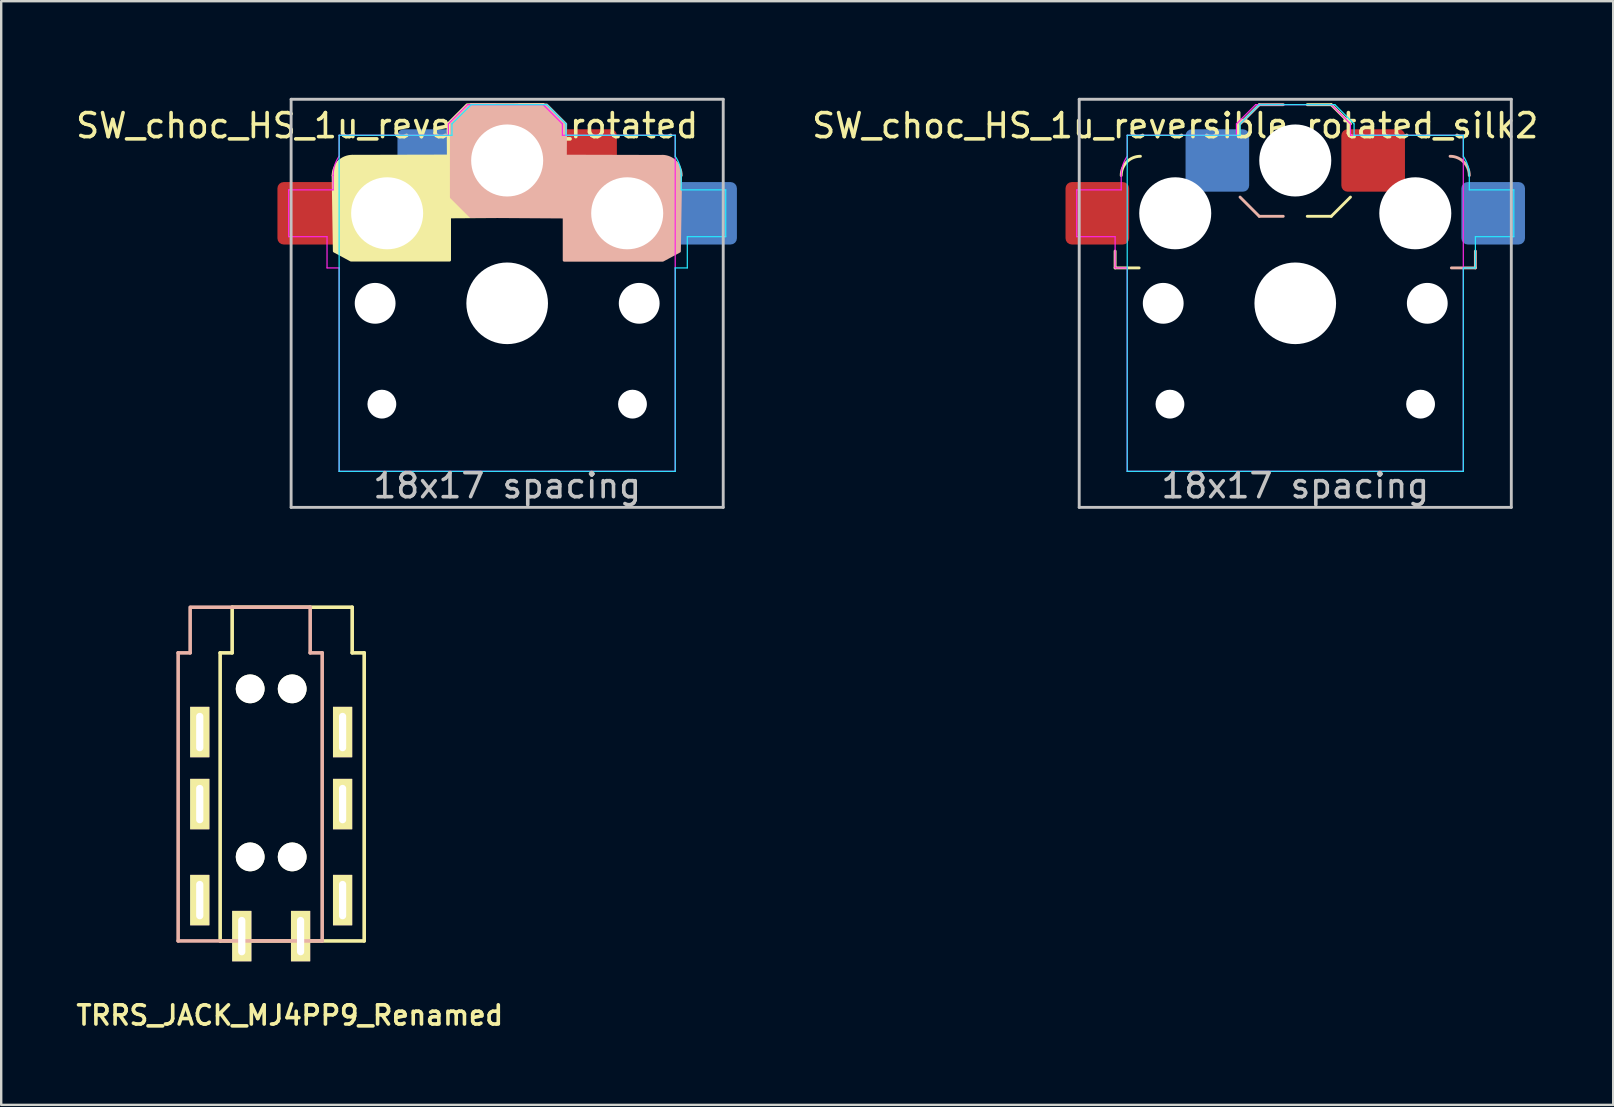
<source format=kicad_pcb>
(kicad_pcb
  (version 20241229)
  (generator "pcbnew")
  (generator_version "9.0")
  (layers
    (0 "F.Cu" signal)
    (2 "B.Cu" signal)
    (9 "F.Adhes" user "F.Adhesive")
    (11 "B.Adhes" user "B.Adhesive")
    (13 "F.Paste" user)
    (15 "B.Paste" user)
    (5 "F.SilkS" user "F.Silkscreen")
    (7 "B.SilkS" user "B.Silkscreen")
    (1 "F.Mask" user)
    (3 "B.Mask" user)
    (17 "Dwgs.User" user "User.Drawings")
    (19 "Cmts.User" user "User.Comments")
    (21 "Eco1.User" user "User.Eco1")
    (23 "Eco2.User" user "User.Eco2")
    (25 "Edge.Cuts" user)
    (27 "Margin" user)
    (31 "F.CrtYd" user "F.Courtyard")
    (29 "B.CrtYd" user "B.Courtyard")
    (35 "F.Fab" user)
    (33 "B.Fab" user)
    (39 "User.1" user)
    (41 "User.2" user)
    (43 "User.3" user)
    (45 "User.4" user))
  (footprint "TRRS_JACK_MJ4PP9_Renamed"
    (layer "F.Cu")
    (at 9.121 24.145)
    (property "Reference" "TRRS_JACK_MJ4PP9_Renamed" (at -0.1 15.1 0) (layer "F.SilkS") (effects (font (size 0.8 0.8) (thickness 0.15))))
    (attr through_hole)
    (fp_line (start -3 0) (end -2.5 0) (stroke (width 0.15) (type solid)) (layer "F.SilkS"))
    (fp_line (start -3 12) (end -3 0) (stroke (width 0.15) (type solid)) (layer "F.SilkS"))
    (fp_line (start -2.5 -1.9) (end 2.5 -1.9) (stroke (width 0.15) (type solid)) (layer "F.SilkS"))
    (fp_line (start -2.5 0) (end -2.5 -1.9) (stroke (width 0.15) (type solid)) (layer "F.SilkS"))
    (fp_line (start 2.5 0) (end 2.5 -1.9) (stroke (width 0.15) (type solid)) (layer "F.SilkS"))
    (fp_line (start 3 0) (end 2.5 0) (stroke (width 0.15) (type solid)) (layer "F.SilkS"))
    (fp_line (start 3 0) (end 3 12) (stroke (width 0.15) (type solid)) (layer "F.SilkS"))
    (fp_line (start 3 12) (end -3 12) (stroke (width 0.15) (type solid)) (layer "F.SilkS"))
    (fp_line (start -4.75 0) (end -4.25 0) (stroke (width 0.15) (type solid)) (layer "B.SilkS"))
    (fp_line (start -4.75 12) (end -4.75 0) (stroke (width 0.15) (type solid)) (layer "B.SilkS"))
    (fp_line (start -4.25 0) (end -4.25 -1.9) (stroke (width 0.15) (type solid)) (layer "B.SilkS"))
    (fp_line (start -4.2 -1.9) (end 0.75 -1.9) (stroke (width 0.15) (type solid)) (layer "B.SilkS"))
    (fp_line (start 0.75 0) (end 0.75 -1.9) (stroke (width 0.15) (type solid)) (layer "B.SilkS"))
    (fp_line (start 1.25 0) (end 0.75 0) (stroke (width 0.15) (type solid)) (layer "B.SilkS"))
    (fp_line (start 1.25 0) (end 1.25 12) (stroke (width 0.15) (type solid)) (layer "B.SilkS"))
    (fp_line (start 1.25 12) (end -4.75 12) (stroke (width 0.15) (type solid)) (layer "B.SilkS"))
    (pad "" np_thru_hole circle (at -1.75 1.5) (size 1.2 1.2) (drill 1.2) (layers "*.Cu" "*.Mask" "F.SilkS"))
    (pad "" np_thru_hole circle (at -1.75 8.5) (size 1.2 1.2) (drill 1.2) (layers "*.Cu" "*.Mask" "F.SilkS"))
    (pad "" np_thru_hole circle (at 0 1.5) (size 1.2 1.2) (drill 1.2) (layers "*.Cu" "*.Mask" "F.SilkS"))
    (pad "" np_thru_hole circle (at 0 8.5) (size 1.2 1.2) (drill 1.2) (layers "*.Cu" "*.Mask" "F.SilkS"))
    (pad "R1" thru_hole rect (at -3.85 6.3) (size 0.8 2.1) (drill oval 0.3 1.6) (layers "*.Cu" "*.Mask" "F.SilkS"))
    (pad "R1" thru_hole rect (at 2.1 6.3) (size 0.8 2.1) (drill oval 0.3 1.6) (layers "*.Cu" "*.Mask" "F.SilkS"))
    (pad "R2" thru_hole rect (at -3.85 3.3) (size 0.8 2.1) (drill oval 0.3 1.6) (layers "*.Cu" "*.Mask" "F.SilkS"))
    (pad "R2" thru_hole rect (at 2.1 3.3) (size 0.8 2.1) (drill oval 0.3 1.6) (layers "*.Cu" "*.Mask" "F.SilkS"))
    (pad "S" thru_hole rect (at -2.1 11.8) (size 0.8 2.1) (drill oval 0.3 1.6) (layers "*.Cu" "*.Mask" "F.SilkS"))
    (pad "S" thru_hole rect (at 0.35 11.8) (size 0.8 2.1) (drill oval 0.3 1.6) (layers "*.Cu" "*.Mask" "F.SilkS"))
    (pad "T" thru_hole rect (at -3.85 10.3) (size 0.8 2.1) (drill oval 0.3 1.6) (layers "*.Cu" "*.Mask" "F.SilkS"))
    (pad "T" thru_hole rect (at 2.1 10.3) (size 0.8 2.1) (drill oval 0.3 1.6) (layers "*.Cu" "*.Mask" "F.SilkS")))
  (footprint "SW_choc_HS_1u_reversible_rotated"
    (layer "F.Cu")
    (at 18.077 9.585)
    (property "Reference" "SW_choc_HS_1u_reversible_rotated" (at -5 -7.4 0) (layer "F.SilkS") (effects (font (size 1 1) (thickness 0.15))))
    (attr smd)
    (fp_line (start 1.5 -8.275) (end 0.5 -8.275) (stroke (width 0.12) (type solid)) (layer "F.SilkS"))
    (fp_line (start 1.5 -3.625) (end 0.5 -3.625) (stroke (width 0.12) (type solid)) (layer "F.SilkS"))
    (fp_line (start 1.5 -3.625) (end 2.3 -4.425) (stroke (width 0.12) (type solid)) (layer "F.SilkS"))
    (fp_line (start 2.3 -7.475) (end 1.5 -8.275) (stroke (width 0.12) (type solid)) (layer "F.SilkS"))
    (fp_arc (start -7.25 -5.325) (mid -7.015685 -5.890685) (end -6.45 -6.125) (stroke (width 0.12) (type solid)) (layer "F.SilkS"))
    (fp_poly (pts (xy 2.3 -7.475) (xy 2.3 -4.425) (xy 1.5 -3.625) (xy -2.4 -3.6) (xy -2.4 -1.8) (xy -6.504 -1.8) (xy -7.2 -2.175) (xy -7.25 -5.325) (xy -7.016 -5.891) (xy -6.45 -6.125) (xy -2.45 -6.135) (xy -2.456 -7) (xy -2.464 -7.475) (xy -1.669 -8.27) (xy 0.5 -8.275) (xy 1.5 -8.275)) (stroke (width 0.12) (type solid)) (fill yes) (layer "F.SilkS"))
    (fp_line (start -2.3 -7.475) (end -1.5 -8.275) (stroke (width 0.12) (type solid)) (layer "B.SilkS"))
    (fp_line (start -1.5 -8.275) (end -0.5 -8.275) (stroke (width 0.12) (type solid)) (layer "B.SilkS"))
    (fp_line (start -1.5 -3.625) (end -2.3 -4.425) (stroke (width 0.12) (type solid)) (layer "B.SilkS"))
    (fp_line (start -1.5 -3.625) (end -0.5 -3.625) (stroke (width 0.12) (type solid)) (layer "B.SilkS"))
    (fp_arc (start 6.45 -6.125) (mid 7.015685 -5.890685) (end 7.25 -5.325) (stroke (width 0.12) (type solid)) (layer "B.SilkS"))
    (fp_poly (pts (xy -2.325 -7.47) (xy -2.325 -4.42) (xy -1.525 -3.62) (xy 2.375 -3.595) (xy 2.375 -1.795) (xy 6.479 -1.795) (xy 7.175 -2.17) (xy 7.225 -5.32) (xy 6.99 -5.886) (xy 6.425 -6.12) (xy 2.424 -6.13) (xy 2.43 -6.995) (xy 2.439 -7.47) (xy 1.644 -8.265) (xy -0.525 -8.27) (xy -1.525 -8.27)) (stroke (width 0.12) (type solid)) (fill yes) (layer "B.SilkS"))
    (fp_line (start -9 -8.5) (end -9 8.5) (stroke (width 0.12) (type solid)) (layer "Dwgs.User"))
    (fp_line (start -9 8.5) (end 9 8.5) (stroke (width 0.12) (type solid)) (layer "Dwgs.User"))
    (fp_line (start 9 -8.5) (end -9 -8.5) (stroke (width 0.12) (type solid)) (layer "Dwgs.User"))
    (fp_line (start 9 8.5) (end 9 -8.5) (stroke (width 0.12) (type solid)) (layer "Dwgs.User"))
    (fp_line (start -9.525 -9.525) (end 9.525 -9.525) (stroke (width 0.12) (type solid)) (layer "Eco1.User"))
    (fp_line (start -9.525 9.525) (end -9.525 -9.525) (stroke (width 0.12) (type solid)) (layer "Eco1.User"))
    (fp_line (start 9.525 -9.525) (end 9.525 9.525) (stroke (width 0.12) (type solid)) (layer "Eco1.User"))
    (fp_line (start 9.525 9.525) (end -9.525 9.525) (stroke (width 0.12) (type solid)) (layer "Eco1.User"))
    (fp_line (start -6.95 -6.45) (end -6.95 6.45) (stroke (width 0.05) (type solid)) (layer "Eco2.User"))
    (fp_line (start -6.45 6.95) (end 6.45 6.95) (stroke (width 0.05) (type solid)) (layer "Eco2.User"))
    (fp_line (start 6.45 -6.95) (end -6.45 -6.95) (stroke (width 0.05) (type solid)) (layer "Eco2.User"))
    (fp_line (start 6.95 6.45) (end 6.95 -6.45) (stroke (width 0.05) (type solid)) (layer "Eco2.User"))
    (fp_arc (start -6.95 -6.45) (mid -6.803553 -6.803553) (end -6.45 -6.95) (stroke (width 0.05) (type solid)) (layer "Eco2.User"))
    (fp_arc (start -6.45 6.95) (mid -6.803553 6.803553) (end -6.95 6.45) (stroke (width 0.05) (type solid)) (layer "Eco2.User"))
    (fp_arc (start 6.45 -6.95) (mid 6.803553 -6.803553) (end 6.95 -6.45) (stroke (width 0.05) (type solid)) (layer "Eco2.User"))
    (fp_arc (start 6.95 6.45) (mid 6.803553 6.803553) (end 6.45 6.95) (stroke (width 0.05) (type solid)) (layer "Eco2.User"))
    (fp_line (start -7 -7) (end -7 7) (stroke (width 0.05) (type solid)) (layer "B.CrtYd"))
    (fp_line (start -7 7) (end 7 7) (stroke (width 0.05) (type solid)) (layer "B.CrtYd"))
    (fp_line (start -2.3 -7.475) (end -2.3 -7) (stroke (width 0.05) (type solid)) (layer "B.CrtYd"))
    (fp_line (start -2.3 -7.475) (end -1.5 -8.275) (stroke (width 0.05) (type solid)) (layer "B.CrtYd"))
    (fp_line (start -2.3 -7) (end -7 -7) (stroke (width 0.05) (type solid)) (layer "B.CrtYd"))
    (fp_line (start -1.5 -8.275) (end 1.65 -8.275) (stroke (width 0.05) (type solid)) (layer "B.CrtYd"))
    (fp_line (start 2.45 -7.475) (end 1.65 -8.275) (stroke (width 0.05) (type solid)) (layer "B.CrtYd"))
    (fp_line (start 2.45 -7.475) (end 2.45 -7) (stroke (width 0.05) (type solid)) (layer "B.CrtYd"))
    (fp_line (start 7 -7) (end 2.45 -7) (stroke (width 0.05) (type solid)) (layer "B.CrtYd"))
    (fp_line (start 7 -6.125) (end 7 -7) (stroke (width 0.05) (type solid)) (layer "B.CrtYd"))
    (fp_line (start 7 7) (end 7 -1.475) (stroke (width 0.05) (type solid)) (layer "B.CrtYd"))
    (fp_line (start 7.25 -5.325) (end 7.25 -4.725) (stroke (width 0.05) (type solid)) (layer "B.CrtYd"))
    (fp_line (start 7.25 -4.725) (end 9.104 -4.725) (stroke (width 0.05) (type solid)) (layer "B.CrtYd"))
    (fp_line (start 7.504 -1.475) (end 7 -1.475) (stroke (width 0.05) (type solid)) (layer "B.CrtYd"))
    (fp_line (start 7.504 -1.475) (end 7.504 -2.775) (stroke (width 0.05) (type solid)) (layer "B.CrtYd"))
    (fp_line (start 9.104 -4.725) (end 9.104 -2.775) (stroke (width 0.05) (type solid)) (layer "B.CrtYd"))
    (fp_line (start 9.104 -2.775) (end 7.504 -2.775) (stroke (width 0.05) (type solid)) (layer "B.CrtYd"))
    (fp_arc (start 7 -6.125) (mid 7.186044 -5.744076) (end 7.25 -5.325) (stroke (width 0.05) (type solid)) (layer "B.CrtYd"))
    (fp_line (start -9.104 -4.725) (end -9.104 -2.775) (stroke (width 0.05) (type solid)) (layer "F.CrtYd"))
    (fp_line (start -9.104 -2.775) (end -7.504 -2.775) (stroke (width 0.05) (type solid)) (layer "F.CrtYd"))
    (fp_line (start -7.504 -1.475) (end -7.504 -2.775) (stroke (width 0.05) (type solid)) (layer "F.CrtYd"))
    (fp_line (start -7.504 -1.475) (end -7 -1.475) (stroke (width 0.05) (type solid)) (layer "F.CrtYd"))
    (fp_line (start -7.25 -5.325) (end -7.25 -4.725) (stroke (width 0.05) (type solid)) (layer "F.CrtYd"))
    (fp_line (start -7.25 -4.725) (end -9.104 -4.725) (stroke (width 0.05) (type solid)) (layer "F.CrtYd"))
    (fp_line (start -7 -7) (end -2.45 -7) (stroke (width 0.05) (type solid)) (layer "F.CrtYd"))
    (fp_line (start -7 -6.125) (end -7 -7) (stroke (width 0.05) (type solid)) (layer "F.CrtYd"))
    (fp_line (start -7 7) (end -7 -1.475) (stroke (width 0.05) (type solid)) (layer "F.CrtYd"))
    (fp_line (start -2.45 -7.475) (end -2.45 -7) (stroke (width 0.05) (type solid)) (layer "F.CrtYd"))
    (fp_line (start -2.45 -7.475) (end -1.65 -8.275) (stroke (width 0.05) (type solid)) (layer "F.CrtYd"))
    (fp_line (start 1.5 -8.275) (end -1.65 -8.275) (stroke (width 0.05) (type solid)) (layer "F.CrtYd"))
    (fp_line (start 2.3 -7.475) (end 1.5 -8.275) (stroke (width 0.05) (type solid)) (layer "F.CrtYd"))
    (fp_line (start 2.3 -7.475) (end 2.3 -7) (stroke (width 0.05) (type solid)) (layer "F.CrtYd"))
    (fp_line (start 2.3 -7) (end 7 -7) (stroke (width 0.05) (type solid)) (layer "F.CrtYd"))
    (fp_line (start 7 -7) (end 7 7) (stroke (width 0.05) (type solid)) (layer "F.CrtYd"))
    (fp_line (start 7 7) (end -7 7) (stroke (width 0.05) (type solid)) (layer "F.CrtYd"))
    (fp_arc (start -7.25 -5.325) (mid -7.186044 -5.744076) (end -7 -6.125) (stroke (width 0.05) (type solid)) (layer "F.CrtYd"))
    (fp_text user "18x17 spacing" (at 0 7.6 0) (layer "Dwgs.User") (effects (font (size 1 1) (thickness 0.15))))
    (fp_text user "19.05 spacing" (at 0 8.7 0) (layer "Eco1.User") (effects (font (size 1 1) (thickness 0.15))))
    (pad "" np_thru_hole circle (at -5.5 0) (size 1.7 1.7) (drill 1.7) (layers "*.Cu" "*.Mask"))
    (pad "" np_thru_hole circle (at -5.22 4.2) (size 1.2 1.2) (drill 1.2) (layers "*.Cu" "*.Mask"))
    (pad "" np_thru_hole circle (at -5 -3.75 180) (size 3 3) (drill 3) (layers "*.Cu" "*.Mask"))
    (pad "" np_thru_hole circle (at 0 -5.95 180) (size 3 3) (drill 3) (layers "*.Cu" "*.Mask"))
    (pad "" np_thru_hole circle (at 0 0) (size 3.4 3.4) (drill 3.4) (layers "*.Cu" "*.Mask"))
    (pad "" np_thru_hole circle (at 5 -3.75 180) (size 3 3) (drill 3) (layers "*.Cu" "*.Mask"))
    (pad "" np_thru_hole circle (at 5.22 4.2) (size 1.2 1.2) (drill 1.2) (layers "*.Cu" "*.Mask"))
    (pad "" np_thru_hole circle (at 5.5 0) (size 1.7 1.7) (drill 1.7) (layers "*.Cu" "*.Mask"))
    (pad "1" smd roundrect (at -8.245 -3.75 180) (size 2.65 2.6) (layers "F.Cu" "F.Mask" "F.Paste") (roundrect_rratio 0.1))
    (pad "1" smd roundrect (at 8.245 -3.75 180) (size 2.65 2.6) (layers "B.Cu" "B.Mask" "B.Paste") (roundrect_rratio 0.1))
    (pad "2" smd roundrect (at -3.245 -5.95 180) (size 2.65 2.6) (layers "B.Cu" "B.Mask" "B.Paste") (roundrect_rratio 0.1))
    (pad "2" smd roundrect (at 3.245 -5.95 180) (size 2.65 2.6) (layers "F.Cu" "F.Mask" "F.Paste") (roundrect_rratio 0.1)))
  (footprint "SW_choc_HS_1u_reversible_rotated_silk2"
    (layer "F.Cu")
    (at 50.906 9.585)
    (property "Reference" "SW_choc_HS_1u_reversible_rotated_silk2" (at -5 -7.4 0) (layer "F.SilkS") (effects (font (size 1 1) (thickness 0.15))))
    (attr smd)
    (fp_line (start -7.504 -1.475) (end -7.504 -2.175) (stroke (width 0.12) (type solid)) (layer "F.SilkS"))
    (fp_line (start -7.504 -1.475) (end -6.504 -1.475) (stroke (width 0.12) (type solid)) (layer "F.SilkS"))
    (fp_line (start 1.5 -8.275) (end 0.5 -8.275) (stroke (width 0.12) (type solid)) (layer "F.SilkS"))
    (fp_line (start 1.5 -3.625) (end 0.5 -3.625) (stroke (width 0.12) (type solid)) (layer "F.SilkS"))
    (fp_line (start 1.5 -3.625) (end 2.3 -4.425) (stroke (width 0.12) (type solid)) (layer "F.SilkS"))
    (fp_line (start 2.3 -7.475) (end 1.5 -8.275) (stroke (width 0.12) (type solid)) (layer "F.SilkS"))
    (fp_arc (start -7.25 -5.325) (mid -7.015685 -5.890685) (end -6.45 -6.125) (stroke (width 0.12) (type solid)) (layer "F.SilkS"))
    (fp_line (start -2.3 -7.475) (end -1.5 -8.275) (stroke (width 0.12) (type solid)) (layer "B.SilkS"))
    (fp_line (start -1.5 -8.275) (end -0.5 -8.275) (stroke (width 0.12) (type solid)) (layer "B.SilkS"))
    (fp_line (start -1.5 -3.625) (end -2.3 -4.425) (stroke (width 0.12) (type solid)) (layer "B.SilkS"))
    (fp_line (start -1.5 -3.625) (end -0.5 -3.625) (stroke (width 0.12) (type solid)) (layer "B.SilkS"))
    (fp_line (start 7.504 -1.475) (end 6.504 -1.475) (stroke (width 0.12) (type solid)) (layer "B.SilkS"))
    (fp_line (start 7.504 -1.475) (end 7.504 -2.175) (stroke (width 0.12) (type solid)) (layer "B.SilkS"))
    (fp_arc (start 6.45 -6.125) (mid 7.015685 -5.890685) (end 7.25 -5.325) (stroke (width 0.12) (type solid)) (layer "B.SilkS"))
    (fp_line (start -9 -8.5) (end -9 8.5) (stroke (width 0.12) (type solid)) (layer "Dwgs.User"))
    (fp_line (start -9 8.5) (end 9 8.5) (stroke (width 0.12) (type solid)) (layer "Dwgs.User"))
    (fp_line (start 9 -8.5) (end -9 -8.5) (stroke (width 0.12) (type solid)) (layer "Dwgs.User"))
    (fp_line (start 9 8.5) (end 9 -8.5) (stroke (width 0.12) (type solid)) (layer "Dwgs.User"))
    (fp_line (start -9.525 -9.525) (end 9.525 -9.525) (stroke (width 0.12) (type solid)) (layer "Eco1.User"))
    (fp_line (start -9.525 9.525) (end -9.525 -9.525) (stroke (width 0.12) (type solid)) (layer "Eco1.User"))
    (fp_line (start 9.525 -9.525) (end 9.525 9.525) (stroke (width 0.12) (type solid)) (layer "Eco1.User"))
    (fp_line (start 9.525 9.525) (end -9.525 9.525) (stroke (width 0.12) (type solid)) (layer "Eco1.User"))
    (fp_line (start -6.95 -6.45) (end -6.95 6.45) (stroke (width 0.05) (type solid)) (layer "Eco2.User"))
    (fp_line (start -6.45 6.95) (end 6.45 6.95) (stroke (width 0.05) (type solid)) (layer "Eco2.User"))
    (fp_line (start 6.45 -6.95) (end -6.45 -6.95) (stroke (width 0.05) (type solid)) (layer "Eco2.User"))
    (fp_line (start 6.95 6.45) (end 6.95 -6.45) (stroke (width 0.05) (type solid)) (layer "Eco2.User"))
    (fp_arc (start -6.95 -6.45) (mid -6.803553 -6.803553) (end -6.45 -6.95) (stroke (width 0.05) (type solid)) (layer "Eco2.User"))
    (fp_arc (start -6.45 6.95) (mid -6.803553 6.803553) (end -6.95 6.45) (stroke (width 0.05) (type solid)) (layer "Eco2.User"))
    (fp_arc (start 6.45 -6.95) (mid 6.803553 -6.803553) (end 6.95 -6.45) (stroke (width 0.05) (type solid)) (layer "Eco2.User"))
    (fp_arc (start 6.95 6.45) (mid 6.803553 6.803553) (end 6.45 6.95) (stroke (width 0.05) (type solid)) (layer "Eco2.User"))
    (fp_line (start -7 -7) (end -7 7) (stroke (width 0.05) (type solid)) (layer "B.CrtYd"))
    (fp_line (start -7 7) (end 7 7) (stroke (width 0.05) (type solid)) (layer "B.CrtYd"))
    (fp_line (start -2.3 -7.475) (end -2.3 -7) (stroke (width 0.05) (type solid)) (layer "B.CrtYd"))
    (fp_line (start -2.3 -7.475) (end -1.5 -8.275) (stroke (width 0.05) (type solid)) (layer "B.CrtYd"))
    (fp_line (start -2.3 -7) (end -7 -7) (stroke (width 0.05) (type solid)) (layer "B.CrtYd"))
    (fp_line (start -1.5 -8.275) (end 1.65 -8.275) (stroke (width 0.05) (type solid)) (layer "B.CrtYd"))
    (fp_line (start 2.45 -7.475) (end 1.65 -8.275) (stroke (width 0.05) (type solid)) (layer "B.CrtYd"))
    (fp_line (start 2.45 -7.475) (end 2.45 -7) (stroke (width 0.05) (type solid)) (layer "B.CrtYd"))
    (fp_line (start 7 -7) (end 2.45 -7) (stroke (width 0.05) (type solid)) (layer "B.CrtYd"))
    (fp_line (start 7 -6.125) (end 7 -7) (stroke (width 0.05) (type solid)) (layer "B.CrtYd"))
    (fp_line (start 7 7) (end 7 -1.475) (stroke (width 0.05) (type solid)) (layer "B.CrtYd"))
    (fp_line (start 7.25 -5.325) (end 7.25 -4.725) (stroke (width 0.05) (type solid)) (layer "B.CrtYd"))
    (fp_line (start 7.25 -4.725) (end 9.104 -4.725) (stroke (width 0.05) (type solid)) (layer "B.CrtYd"))
    (fp_line (start 7.504 -1.475) (end 7 -1.475) (stroke (width 0.05) (type solid)) (layer "B.CrtYd"))
    (fp_line (start 7.504 -1.475) (end 7.504 -2.775) (stroke (width 0.05) (type solid)) (layer "B.CrtYd"))
    (fp_line (start 9.104 -4.725) (end 9.104 -2.775) (stroke (width 0.05) (type solid)) (layer "B.CrtYd"))
    (fp_line (start 9.104 -2.775) (end 7.504 -2.775) (stroke (width 0.05) (type solid)) (layer "B.CrtYd"))
    (fp_arc (start 7 -6.125) (mid 7.186044 -5.744076) (end 7.25 -5.325) (stroke (width 0.05) (type solid)) (layer "B.CrtYd"))
    (fp_line (start -9.104 -4.725) (end -9.104 -2.775) (stroke (width 0.05) (type solid)) (layer "F.CrtYd"))
    (fp_line (start -9.104 -2.775) (end -7.504 -2.775) (stroke (width 0.05) (type solid)) (layer "F.CrtYd"))
    (fp_line (start -7.504 -1.475) (end -7.504 -2.775) (stroke (width 0.05) (type solid)) (layer "F.CrtYd"))
    (fp_line (start -7.504 -1.475) (end -7 -1.475) (stroke (width 0.05) (type solid)) (layer "F.CrtYd"))
    (fp_line (start -7.25 -5.325) (end -7.25 -4.725) (stroke (width 0.05) (type solid)) (layer "F.CrtYd"))
    (fp_line (start -7.25 -4.725) (end -9.104 -4.725) (stroke (width 0.05) (type solid)) (layer "F.CrtYd"))
    (fp_line (start -7 -7) (end -2.45 -7) (stroke (width 0.05) (type solid)) (layer "F.CrtYd"))
    (fp_line (start -7 -6.125) (end -7 -7) (stroke (width 0.05) (type solid)) (layer "F.CrtYd"))
    (fp_line (start -7 7) (end -7 -1.475) (stroke (width 0.05) (type solid)) (layer "F.CrtYd"))
    (fp_line (start -2.45 -7.475) (end -2.45 -7) (stroke (width 0.05) (type solid)) (layer "F.CrtYd"))
    (fp_line (start -2.45 -7.475) (end -1.65 -8.275) (stroke (width 0.05) (type solid)) (layer "F.CrtYd"))
    (fp_line (start 1.5 -8.275) (end -1.65 -8.275) (stroke (width 0.05) (type solid)) (layer "F.CrtYd"))
    (fp_line (start 2.3 -7.475) (end 1.5 -8.275) (stroke (width 0.05) (type solid)) (layer "F.CrtYd"))
    (fp_line (start 2.3 -7.475) (end 2.3 -7) (stroke (width 0.05) (type solid)) (layer "F.CrtYd"))
    (fp_line (start 2.3 -7) (end 7 -7) (stroke (width 0.05) (type solid)) (layer "F.CrtYd"))
    (fp_line (start 7 -7) (end 7 7) (stroke (width 0.05) (type solid)) (layer "F.CrtYd"))
    (fp_line (start 7 7) (end -7 7) (stroke (width 0.05) (type solid)) (layer "F.CrtYd"))
    (fp_arc (start -7.25 -5.325) (mid -7.186044 -5.744076) (end -7 -6.125) (stroke (width 0.05) (type solid)) (layer "F.CrtYd"))
    (fp_text user "18x17 spacing" (at 0 7.6 0) (layer "Dwgs.User") (effects (font (size 1 1) (thickness 0.15))))
    (fp_text user "19.05 spacing" (at 0 8.7 0) (layer "Eco1.User") (effects (font (size 1 1) (thickness 0.15))))
    (pad "" np_thru_hole circle (at -5.5 0) (size 1.7 1.7) (drill 1.7) (layers "*.Cu" "*.Mask"))
    (pad "" np_thru_hole circle (at -5.22 4.2) (size 1.2 1.2) (drill 1.2) (layers "*.Cu" "*.Mask"))
    (pad "" np_thru_hole circle (at -5 -3.75 180) (size 3 3) (drill 3) (layers "*.Cu" "*.Mask"))
    (pad "" np_thru_hole circle (at 0 -5.95 180) (size 3 3) (drill 3) (layers "*.Cu" "*.Mask"))
    (pad "" np_thru_hole circle (at 0 0) (size 3.4 3.4) (drill 3.4) (layers "*.Cu" "*.Mask"))
    (pad "" np_thru_hole circle (at 5 -3.75 180) (size 3 3) (drill 3) (layers "*.Cu" "*.Mask"))
    (pad "" np_thru_hole circle (at 5.22 4.2) (size 1.2 1.2) (drill 1.2) (layers "*.Cu" "*.Mask"))
    (pad "" np_thru_hole circle (at 5.5 0) (size 1.7 1.7) (drill 1.7) (layers "*.Cu" "*.Mask"))
    (pad "1" smd roundrect (at -8.245 -3.75 180) (size 2.65 2.6) (layers "F.Cu" "F.Mask" "F.Paste") (roundrect_rratio 0.1))
    (pad "1" smd roundrect (at 8.245 -3.75 180) (size 2.65 2.6) (layers "B.Cu" "B.Mask" "B.Paste") (roundrect_rratio 0.1))
    (pad "2" smd roundrect (at -3.245 -5.95 180) (size 2.65 2.6) (layers "B.Cu" "B.Mask" "B.Paste") (roundrect_rratio 0.1))
    (pad "2" smd roundrect (at 3.245 -5.95 180) (size 2.65 2.6) (layers "F.Cu" "F.Mask" "F.Paste") (roundrect_rratio 0.1)))
  (gr_rect
    (start -3 -3)
    (end 64.15 42.976)
    (stroke (width 0.1) (type default))
    (fill no)
    (layer "Edge.Cuts")))
</source>
